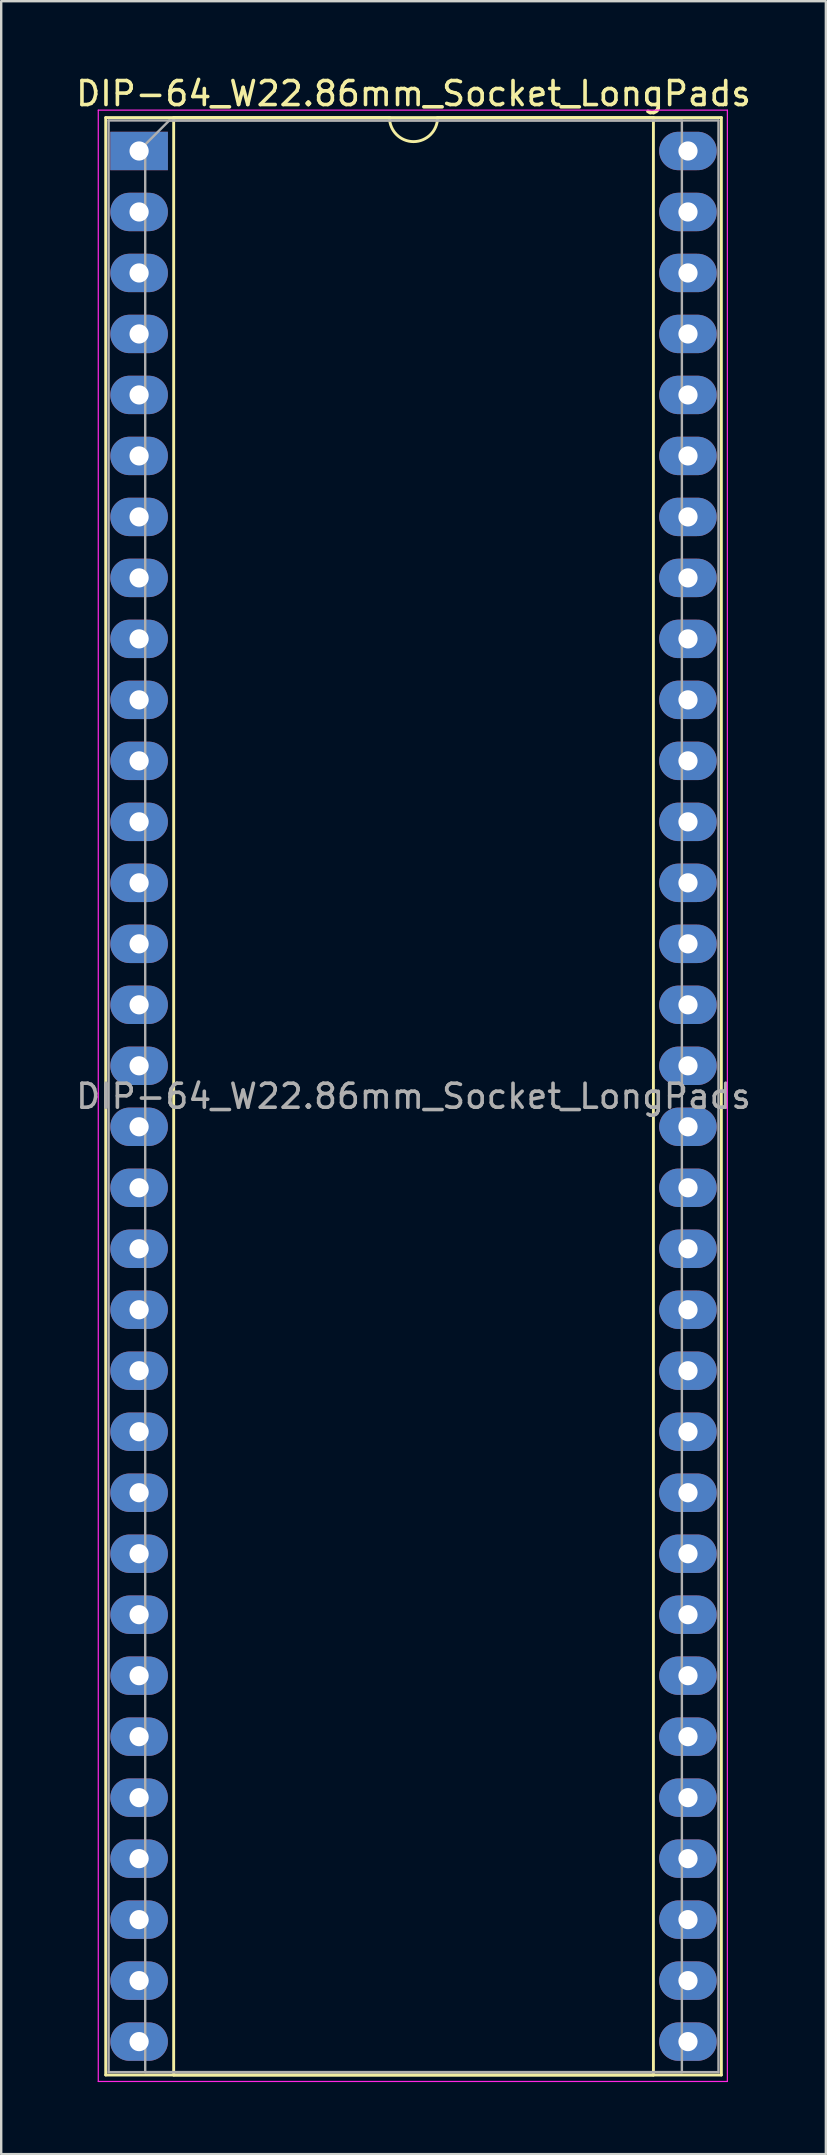
<source format=kicad_pcb>
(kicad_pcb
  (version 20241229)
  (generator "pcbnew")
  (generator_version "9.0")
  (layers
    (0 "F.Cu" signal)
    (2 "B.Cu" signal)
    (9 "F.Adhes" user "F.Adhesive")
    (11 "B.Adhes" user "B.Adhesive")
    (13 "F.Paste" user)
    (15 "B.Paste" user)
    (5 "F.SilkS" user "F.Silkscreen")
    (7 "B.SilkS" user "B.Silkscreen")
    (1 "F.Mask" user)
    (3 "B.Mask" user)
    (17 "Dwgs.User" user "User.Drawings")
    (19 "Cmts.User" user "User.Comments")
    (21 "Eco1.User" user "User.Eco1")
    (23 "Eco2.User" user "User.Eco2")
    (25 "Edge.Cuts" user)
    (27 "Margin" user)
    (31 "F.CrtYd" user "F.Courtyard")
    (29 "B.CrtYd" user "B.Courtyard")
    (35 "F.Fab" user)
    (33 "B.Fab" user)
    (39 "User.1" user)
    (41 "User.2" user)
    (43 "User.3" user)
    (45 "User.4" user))
  (footprint "DIP-64_W22.86mm_Socket_LongPads"
    (layer "F.Cu")
    (at 2.743 3.238)
    (property "Reference" "DIP-64_W22.86mm_Socket_LongPads" (at 11.43 -2.39 0) (layer "F.SilkS") (effects (font (size 1 1) (thickness 0.15))))
    (attr through_hole)
    (fp_line (start -1.39 -1.39) (end -1.39 80.13) (stroke (width 0.12) (type solid)) (layer "F.SilkS"))
    (fp_line (start -1.39 80.13) (end 24.25 80.13) (stroke (width 0.12) (type solid)) (layer "F.SilkS"))
    (fp_line (start 1.44 -1.39) (end 1.44 80.13) (stroke (width 0.12) (type solid)) (layer "F.SilkS"))
    (fp_line (start 1.44 80.13) (end 21.42 80.13) (stroke (width 0.12) (type solid)) (layer "F.SilkS"))
    (fp_line (start 10.43 -1.39) (end 1.44 -1.39) (stroke (width 0.12) (type solid)) (layer "F.SilkS"))
    (fp_line (start 21.42 -1.39) (end 12.43 -1.39) (stroke (width 0.12) (type solid)) (layer "F.SilkS"))
    (fp_line (start 21.42 80.13) (end 21.42 -1.39) (stroke (width 0.12) (type solid)) (layer "F.SilkS"))
    (fp_line (start 24.25 -1.39) (end -1.39 -1.39) (stroke (width 0.12) (type solid)) (layer "F.SilkS"))
    (fp_line (start 24.25 80.13) (end 24.25 -1.39) (stroke (width 0.12) (type solid)) (layer "F.SilkS"))
    (fp_arc (start 12.43 -1.39) (mid 11.43 -0.39) (end 10.43 -1.39) (stroke (width 0.12) (type solid)) (layer "F.SilkS"))
    (fp_line (start -1.7 -1.7) (end -1.7 80.4) (stroke (width 0.05) (type solid)) (layer "F.CrtYd"))
    (fp_line (start -1.7 80.4) (end 24.5 80.4) (stroke (width 0.05) (type solid)) (layer "F.CrtYd"))
    (fp_line (start 24.5 -1.7) (end -1.7 -1.7) (stroke (width 0.05) (type solid)) (layer "F.CrtYd"))
    (fp_line (start 24.5 80.4) (end 24.5 -1.7) (stroke (width 0.05) (type solid)) (layer "F.CrtYd"))
    (fp_line (start -1.27 -1.27) (end -1.27 80.01) (stroke (width 0.1) (type solid)) (layer "F.Fab"))
    (fp_line (start -1.27 80.01) (end 24.13 80.01) (stroke (width 0.1) (type solid)) (layer "F.Fab"))
    (fp_line (start 0.255 -0.27) (end 1.255 -1.27) (stroke (width 0.1) (type solid)) (layer "F.Fab"))
    (fp_line (start 0.255 80.01) (end 0.255 -0.27) (stroke (width 0.1) (type solid)) (layer "F.Fab"))
    (fp_line (start 1.255 -1.27) (end 22.605 -1.27) (stroke (width 0.1) (type solid)) (layer "F.Fab"))
    (fp_line (start 22.605 -1.27) (end 22.605 80.01) (stroke (width 0.1) (type solid)) (layer "F.Fab"))
    (fp_line (start 22.605 80.01) (end 0.255 80.01) (stroke (width 0.1) (type solid)) (layer "F.Fab"))
    (fp_line (start 24.13 -1.27) (end -1.27 -1.27) (stroke (width 0.1) (type solid)) (layer "F.Fab"))
    (fp_line (start 24.13 80.01) (end 24.13 -1.27) (stroke (width 0.1) (type solid)) (layer "F.Fab"))
    (fp_text user "${REFERENCE}" (at 11.43 39.37 0) (layer "F.Fab") (effects (font (size 1 1) (thickness 0.15))))
    (pad "1" thru_hole rect (at 0 0) (size 2.4 1.6) (drill 0.8) (layers "*.Cu" "*.Mask"))
    (pad "2" thru_hole oval (at 0 2.54) (size 2.4 1.6) (drill 0.8) (layers "*.Cu" "*.Mask"))
    (pad "3" thru_hole oval (at 0 5.08) (size 2.4 1.6) (drill 0.8) (layers "*.Cu" "*.Mask"))
    (pad "4" thru_hole oval (at 0 7.62) (size 2.4 1.6) (drill 0.8) (layers "*.Cu" "*.Mask"))
    (pad "5" thru_hole oval (at 0 10.16) (size 2.4 1.6) (drill 0.8) (layers "*.Cu" "*.Mask"))
    (pad "6" thru_hole oval (at 0 12.7) (size 2.4 1.6) (drill 0.8) (layers "*.Cu" "*.Mask"))
    (pad "7" thru_hole oval (at 0 15.24) (size 2.4 1.6) (drill 0.8) (layers "*.Cu" "*.Mask"))
    (pad "8" thru_hole oval (at 0 17.78) (size 2.4 1.6) (drill 0.8) (layers "*.Cu" "*.Mask"))
    (pad "9" thru_hole oval (at 0 20.32) (size 2.4 1.6) (drill 0.8) (layers "*.Cu" "*.Mask"))
    (pad "10" thru_hole oval (at 0 22.86) (size 2.4 1.6) (drill 0.8) (layers "*.Cu" "*.Mask"))
    (pad "11" thru_hole oval (at 0 25.4) (size 2.4 1.6) (drill 0.8) (layers "*.Cu" "*.Mask"))
    (pad "12" thru_hole oval (at 0 27.94) (size 2.4 1.6) (drill 0.8) (layers "*.Cu" "*.Mask"))
    (pad "13" thru_hole oval (at 0 30.48) (size 2.4 1.6) (drill 0.8) (layers "*.Cu" "*.Mask"))
    (pad "14" thru_hole oval (at 0 33.02) (size 2.4 1.6) (drill 0.8) (layers "*.Cu" "*.Mask"))
    (pad "15" thru_hole oval (at 0 35.56) (size 2.4 1.6) (drill 0.8) (layers "*.Cu" "*.Mask"))
    (pad "16" thru_hole oval (at 0 38.1) (size 2.4 1.6) (drill 0.8) (layers "*.Cu" "*.Mask"))
    (pad "17" thru_hole oval (at 0 40.64) (size 2.4 1.6) (drill 0.8) (layers "*.Cu" "*.Mask"))
    (pad "18" thru_hole oval (at 0 43.18) (size 2.4 1.6) (drill 0.8) (layers "*.Cu" "*.Mask"))
    (pad "19" thru_hole oval (at 0 45.72) (size 2.4 1.6) (drill 0.8) (layers "*.Cu" "*.Mask"))
    (pad "20" thru_hole oval (at 0 48.26) (size 2.4 1.6) (drill 0.8) (layers "*.Cu" "*.Mask"))
    (pad "21" thru_hole oval (at 0 50.8) (size 2.4 1.6) (drill 0.8) (layers "*.Cu" "*.Mask"))
    (pad "22" thru_hole oval (at 0 53.34) (size 2.4 1.6) (drill 0.8) (layers "*.Cu" "*.Mask"))
    (pad "23" thru_hole oval (at 0 55.88) (size 2.4 1.6) (drill 0.8) (layers "*.Cu" "*.Mask"))
    (pad "24" thru_hole oval (at 0 58.42) (size 2.4 1.6) (drill 0.8) (layers "*.Cu" "*.Mask"))
    (pad "25" thru_hole oval (at 0 60.96) (size 2.4 1.6) (drill 0.8) (layers "*.Cu" "*.Mask"))
    (pad "26" thru_hole oval (at 0 63.5) (size 2.4 1.6) (drill 0.8) (layers "*.Cu" "*.Mask"))
    (pad "27" thru_hole oval (at 0 66.04) (size 2.4 1.6) (drill 0.8) (layers "*.Cu" "*.Mask"))
    (pad "28" thru_hole oval (at 0 68.58) (size 2.4 1.6) (drill 0.8) (layers "*.Cu" "*.Mask"))
    (pad "29" thru_hole oval (at 0 71.12) (size 2.4 1.6) (drill 0.8) (layers "*.Cu" "*.Mask"))
    (pad "30" thru_hole oval (at 0 73.66) (size 2.4 1.6) (drill 0.8) (layers "*.Cu" "*.Mask"))
    (pad "31" thru_hole oval (at 0 76.2) (size 2.4 1.6) (drill 0.8) (layers "*.Cu" "*.Mask"))
    (pad "32" thru_hole oval (at 0 78.74) (size 2.4 1.6) (drill 0.8) (layers "*.Cu" "*.Mask"))
    (pad "33" thru_hole oval (at 22.86 78.74) (size 2.4 1.6) (drill 0.8) (layers "*.Cu" "*.Mask"))
    (pad "34" thru_hole oval (at 22.86 76.2) (size 2.4 1.6) (drill 0.8) (layers "*.Cu" "*.Mask"))
    (pad "35" thru_hole oval (at 22.86 73.66) (size 2.4 1.6) (drill 0.8) (layers "*.Cu" "*.Mask"))
    (pad "36" thru_hole oval (at 22.86 71.12) (size 2.4 1.6) (drill 0.8) (layers "*.Cu" "*.Mask"))
    (pad "37" thru_hole oval (at 22.86 68.58) (size 2.4 1.6) (drill 0.8) (layers "*.Cu" "*.Mask"))
    (pad "38" thru_hole oval (at 22.86 66.04) (size 2.4 1.6) (drill 0.8) (layers "*.Cu" "*.Mask"))
    (pad "39" thru_hole oval (at 22.86 63.5) (size 2.4 1.6) (drill 0.8) (layers "*.Cu" "*.Mask"))
    (pad "40" thru_hole oval (at 22.86 60.96) (size 2.4 1.6) (drill 0.8) (layers "*.Cu" "*.Mask"))
    (pad "41" thru_hole oval (at 22.86 58.42) (size 2.4 1.6) (drill 0.8) (layers "*.Cu" "*.Mask"))
    (pad "42" thru_hole oval (at 22.86 55.88) (size 2.4 1.6) (drill 0.8) (layers "*.Cu" "*.Mask"))
    (pad "43" thru_hole oval (at 22.86 53.34) (size 2.4 1.6) (drill 0.8) (layers "*.Cu" "*.Mask"))
    (pad "44" thru_hole oval (at 22.86 50.8) (size 2.4 1.6) (drill 0.8) (layers "*.Cu" "*.Mask"))
    (pad "45" thru_hole oval (at 22.86 48.26) (size 2.4 1.6) (drill 0.8) (layers "*.Cu" "*.Mask"))
    (pad "46" thru_hole oval (at 22.86 45.72) (size 2.4 1.6) (drill 0.8) (layers "*.Cu" "*.Mask"))
    (pad "47" thru_hole oval (at 22.86 43.18) (size 2.4 1.6) (drill 0.8) (layers "*.Cu" "*.Mask"))
    (pad "48" thru_hole oval (at 22.86 40.64) (size 2.4 1.6) (drill 0.8) (layers "*.Cu" "*.Mask"))
    (pad "49" thru_hole oval (at 22.86 38.1) (size 2.4 1.6) (drill 0.8) (layers "*.Cu" "*.Mask"))
    (pad "50" thru_hole oval (at 22.86 35.56) (size 2.4 1.6) (drill 0.8) (layers "*.Cu" "*.Mask"))
    (pad "51" thru_hole oval (at 22.86 33.02) (size 2.4 1.6) (drill 0.8) (layers "*.Cu" "*.Mask"))
    (pad "52" thru_hole oval (at 22.86 30.48) (size 2.4 1.6) (drill 0.8) (layers "*.Cu" "*.Mask"))
    (pad "53" thru_hole oval (at 22.86 27.94) (size 2.4 1.6) (drill 0.8) (layers "*.Cu" "*.Mask"))
    (pad "54" thru_hole oval (at 22.86 25.4) (size 2.4 1.6) (drill 0.8) (layers "*.Cu" "*.Mask"))
    (pad "55" thru_hole oval (at 22.86 22.86) (size 2.4 1.6) (drill 0.8) (layers "*.Cu" "*.Mask"))
    (pad "56" thru_hole oval (at 22.86 20.32) (size 2.4 1.6) (drill 0.8) (layers "*.Cu" "*.Mask"))
    (pad "57" thru_hole oval (at 22.86 17.78) (size 2.4 1.6) (drill 0.8) (layers "*.Cu" "*.Mask"))
    (pad "58" thru_hole oval (at 22.86 15.24) (size 2.4 1.6) (drill 0.8) (layers "*.Cu" "*.Mask"))
    (pad "59" thru_hole oval (at 22.86 12.7) (size 2.4 1.6) (drill 0.8) (layers "*.Cu" "*.Mask"))
    (pad "60" thru_hole oval (at 22.86 10.16) (size 2.4 1.6) (drill 0.8) (layers "*.Cu" "*.Mask"))
    (pad "61" thru_hole oval (at 22.86 7.62) (size 2.4 1.6) (drill 0.8) (layers "*.Cu" "*.Mask"))
    (pad "62" thru_hole oval (at 22.86 5.08) (size 2.4 1.6) (drill 0.8) (layers "*.Cu" "*.Mask"))
    (pad "63" thru_hole oval (at 22.86 2.54) (size 2.4 1.6) (drill 0.8) (layers "*.Cu" "*.Mask"))
    (pad "64" thru_hole oval (at 22.86 0) (size 2.4 1.6) (drill 0.8) (layers "*.Cu" "*.Mask")))
  (gr_rect
    (start -3 -3)
    (end 31.345 86.663)
    (stroke (width 0.1) (type default))
    (fill no)
    (layer "Edge.Cuts")))
</source>
